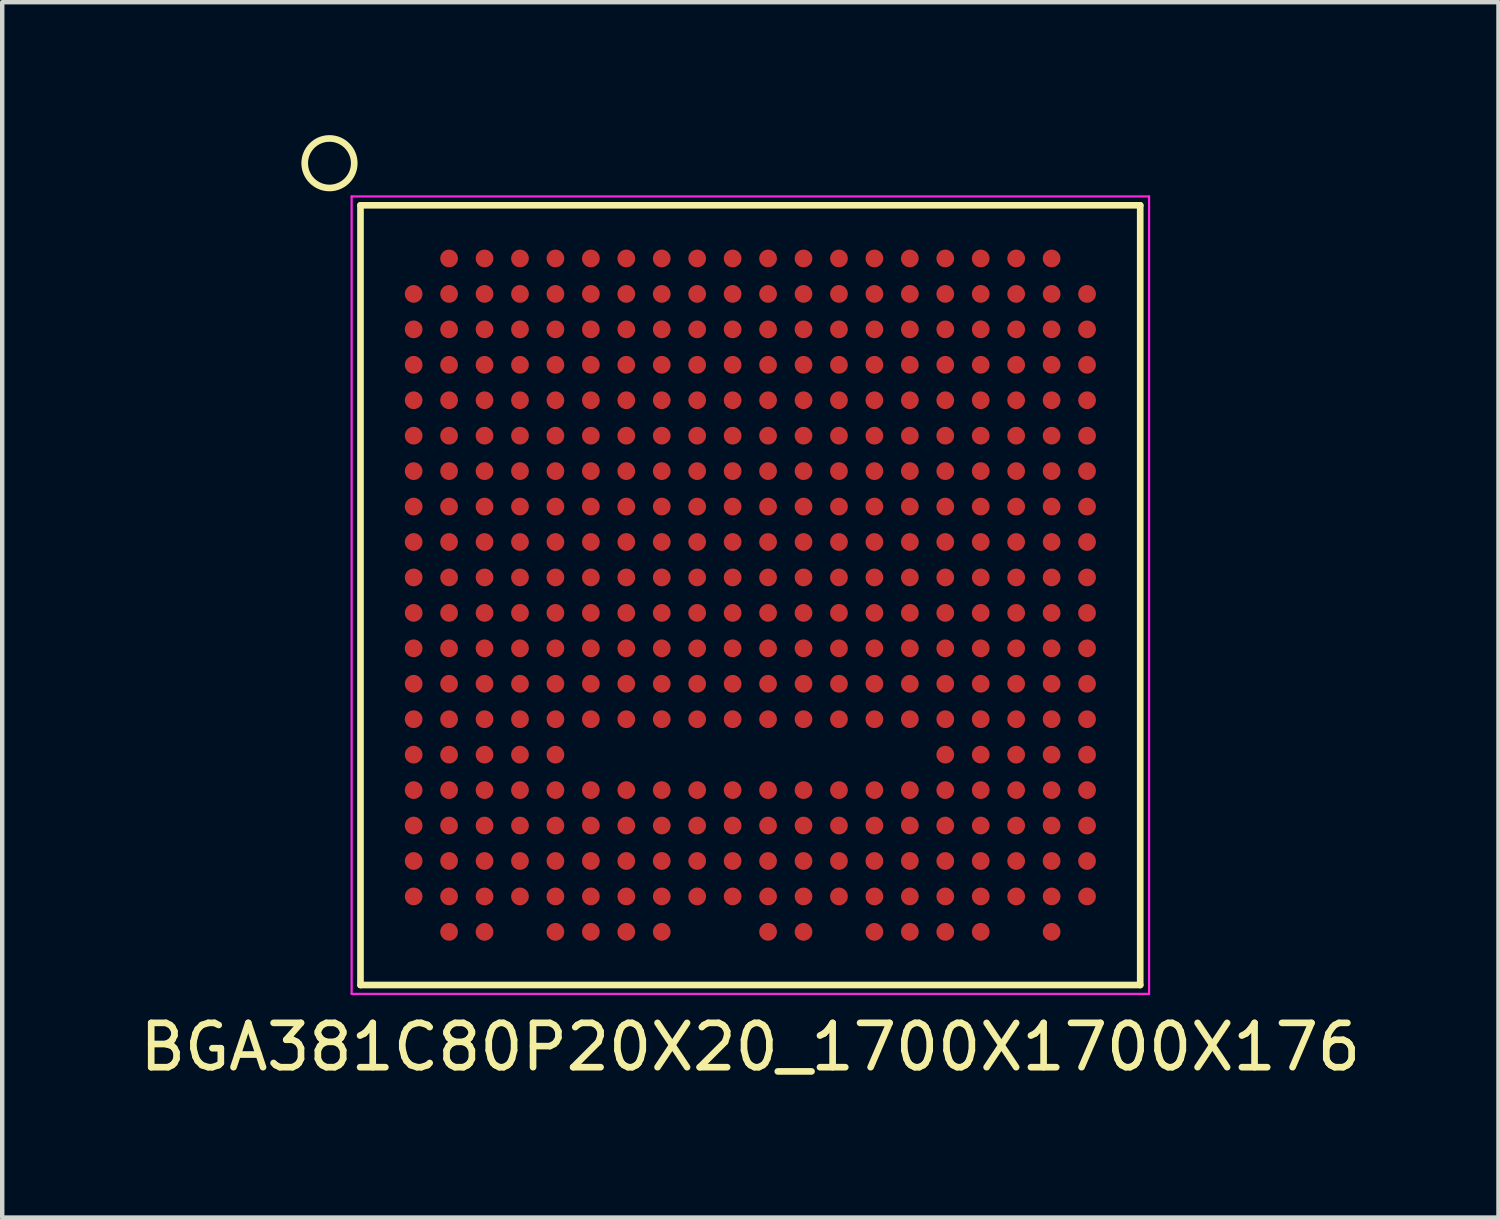
<source format=kicad_pcb>
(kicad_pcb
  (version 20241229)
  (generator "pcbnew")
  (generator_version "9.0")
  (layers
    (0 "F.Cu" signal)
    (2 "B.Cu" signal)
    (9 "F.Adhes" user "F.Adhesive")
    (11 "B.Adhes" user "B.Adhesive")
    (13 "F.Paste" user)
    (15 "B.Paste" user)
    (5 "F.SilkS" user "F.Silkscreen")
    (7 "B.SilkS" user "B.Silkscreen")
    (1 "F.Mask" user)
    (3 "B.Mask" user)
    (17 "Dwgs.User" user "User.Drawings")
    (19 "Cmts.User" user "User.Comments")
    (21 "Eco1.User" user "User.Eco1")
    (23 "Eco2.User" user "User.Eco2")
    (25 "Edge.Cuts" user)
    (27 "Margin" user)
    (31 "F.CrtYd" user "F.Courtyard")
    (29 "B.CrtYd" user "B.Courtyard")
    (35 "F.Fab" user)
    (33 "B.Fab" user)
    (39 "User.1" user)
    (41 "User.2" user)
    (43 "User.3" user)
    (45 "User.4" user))
  (footprint "BGA381C80P20X20_1700X1700X176"
    (layer "F.Cu")
    (at 13.887 10.384)
    (property "Reference" "BGA381C80P20X20_1700X1700X176" (at 0 10.2 0) (layer "F.SilkS") (effects (font (size 1 1) (thickness 0.15))))
    (attr smd)
    (fp_line (start -8.8 -8.8) (end 8.8 -8.8) (stroke (width 0.15) (type solid)) (layer "F.SilkS"))
    (fp_line (start -8.8 8.8) (end -8.8 -8.8) (stroke (width 0.15) (type solid)) (layer "F.SilkS"))
    (fp_line (start 8.8 -8.8) (end 8.8 8.8) (stroke (width 0.15) (type solid)) (layer "F.SilkS"))
    (fp_line (start 8.8 8.8) (end -8.8 8.8) (stroke (width 0.15) (type solid)) (layer "F.SilkS"))
    (fp_circle (center -9.5 -9.75) (end -10 -10) (stroke (width 0.15) (type solid)) (fill no) (layer "F.SilkS"))
    (fp_line (start -9 -9) (end -9 9) (stroke (width 0.05) (type solid)) (layer "F.CrtYd"))
    (fp_line (start -9 9) (end 9 9) (stroke (width 0.05) (type solid)) (layer "F.CrtYd"))
    (fp_line (start 9 -9) (end -9 -9) (stroke (width 0.05) (type solid)) (layer "F.CrtYd"))
    (fp_line (start 9 9) (end 9 -9) (stroke (width 0.05) (type solid)) (layer "F.CrtYd"))
    (pad "A2" smd circle (at -6.8 -7.6) (size 0.4 0.4) (layers "F.Cu" "F.Mask" "F.Paste"))
    (pad "A3" smd circle (at -6 -7.6) (size 0.4 0.4) (layers "F.Cu" "F.Mask" "F.Paste"))
    (pad "A4" smd circle (at -5.2 -7.6) (size 0.4 0.4) (layers "F.Cu" "F.Mask" "F.Paste"))
    (pad "A5" smd circle (at -4.4 -7.6) (size 0.4 0.4) (layers "F.Cu" "F.Mask" "F.Paste"))
    (pad "A6" smd circle (at -3.6 -7.6) (size 0.4 0.4) (layers "F.Cu" "F.Mask" "F.Paste"))
    (pad "A7" smd circle (at -2.8 -7.6) (size 0.4 0.4) (layers "F.Cu" "F.Mask" "F.Paste"))
    (pad "A8" smd circle (at -2 -7.6) (size 0.4 0.4) (layers "F.Cu" "F.Mask" "F.Paste"))
    (pad "A9" smd circle (at -1.2 -7.6) (size 0.4 0.4) (layers "F.Cu" "F.Mask" "F.Paste"))
    (pad "A10" smd circle (at -0.4 -7.6) (size 0.4 0.4) (layers "F.Cu" "F.Mask" "F.Paste"))
    (pad "A11" smd circle (at 0.4 -7.6) (size 0.4 0.4) (layers "F.Cu" "F.Mask" "F.Paste"))
    (pad "A12" smd circle (at 1.2 -7.6) (size 0.4 0.4) (layers "F.Cu" "F.Mask" "F.Paste"))
    (pad "A13" smd circle (at 2 -7.6) (size 0.4 0.4) (layers "F.Cu" "F.Mask" "F.Paste"))
    (pad "A14" smd circle (at 2.8 -7.6) (size 0.4 0.4) (layers "F.Cu" "F.Mask" "F.Paste"))
    (pad "A15" smd circle (at 3.6 -7.6) (size 0.4 0.4) (layers "F.Cu" "F.Mask" "F.Paste"))
    (pad "A16" smd circle (at 4.4 -7.6) (size 0.4 0.4) (layers "F.Cu" "F.Mask" "F.Paste"))
    (pad "A17" smd circle (at 5.2 -7.6) (size 0.4 0.4) (layers "F.Cu" "F.Mask" "F.Paste"))
    (pad "A18" smd circle (at 6 -7.6) (size 0.4 0.4) (layers "F.Cu" "F.Mask" "F.Paste"))
    (pad "A19" smd circle (at 6.8 -7.6) (size 0.4 0.4) (layers "F.Cu" "F.Mask" "F.Paste"))
    (pad "B1" smd circle (at -7.6 -6.8) (size 0.4 0.4) (layers "F.Cu" "F.Mask" "F.Paste"))
    (pad "B2" smd circle (at -6.8 -6.8) (size 0.4 0.4) (layers "F.Cu" "F.Mask" "F.Paste"))
    (pad "B3" smd circle (at -6 -6.8) (size 0.4 0.4) (layers "F.Cu" "F.Mask" "F.Paste"))
    (pad "B4" smd circle (at -5.2 -6.8) (size 0.4 0.4) (layers "F.Cu" "F.Mask" "F.Paste"))
    (pad "B5" smd circle (at -4.4 -6.8) (size 0.4 0.4) (layers "F.Cu" "F.Mask" "F.Paste"))
    (pad "B6" smd circle (at -3.6 -6.8) (size 0.4 0.4) (layers "F.Cu" "F.Mask" "F.Paste"))
    (pad "B7" smd circle (at -2.8 -6.8) (size 0.4 0.4) (layers "F.Cu" "F.Mask" "F.Paste"))
    (pad "B8" smd circle (at -2 -6.8) (size 0.4 0.4) (layers "F.Cu" "F.Mask" "F.Paste"))
    (pad "B9" smd circle (at -1.2 -6.8) (size 0.4 0.4) (layers "F.Cu" "F.Mask" "F.Paste"))
    (pad "B10" smd circle (at -0.4 -6.8) (size 0.4 0.4) (layers "F.Cu" "F.Mask" "F.Paste"))
    (pad "B11" smd circle (at 0.4 -6.8) (size 0.4 0.4) (layers "F.Cu" "F.Mask" "F.Paste"))
    (pad "B12" smd circle (at 1.2 -6.8) (size 0.4 0.4) (layers "F.Cu" "F.Mask" "F.Paste"))
    (pad "B13" smd circle (at 2 -6.8) (size 0.4 0.4) (layers "F.Cu" "F.Mask" "F.Paste"))
    (pad "B14" smd circle (at 2.8 -6.8) (size 0.4 0.4) (layers "F.Cu" "F.Mask" "F.Paste"))
    (pad "B15" smd circle (at 3.6 -6.8) (size 0.4 0.4) (layers "F.Cu" "F.Mask" "F.Paste"))
    (pad "B16" smd circle (at 4.4 -6.8) (size 0.4 0.4) (layers "F.Cu" "F.Mask" "F.Paste"))
    (pad "B17" smd circle (at 5.2 -6.8) (size 0.4 0.4) (layers "F.Cu" "F.Mask" "F.Paste"))
    (pad "B18" smd circle (at 6 -6.8) (size 0.4 0.4) (layers "F.Cu" "F.Mask" "F.Paste"))
    (pad "B19" smd circle (at 6.8 -6.8) (size 0.4 0.4) (layers "F.Cu" "F.Mask" "F.Paste"))
    (pad "B20" smd circle (at 7.6 -6.8) (size 0.4 0.4) (layers "F.Cu" "F.Mask" "F.Paste"))
    (pad "C1" smd circle (at -7.6 -6) (size 0.4 0.4) (layers "F.Cu" "F.Mask" "F.Paste"))
    (pad "C2" smd circle (at -6.8 -6) (size 0.4 0.4) (layers "F.Cu" "F.Mask" "F.Paste"))
    (pad "C3" smd circle (at -6 -6) (size 0.4 0.4) (layers "F.Cu" "F.Mask" "F.Paste"))
    (pad "C4" smd circle (at -5.2 -6) (size 0.4 0.4) (layers "F.Cu" "F.Mask" "F.Paste"))
    (pad "C5" smd circle (at -4.4 -6) (size 0.4 0.4) (layers "F.Cu" "F.Mask" "F.Paste"))
    (pad "C6" smd circle (at -3.6 -6) (size 0.4 0.4) (layers "F.Cu" "F.Mask" "F.Paste"))
    (pad "C7" smd circle (at -2.8 -6) (size 0.4 0.4) (layers "F.Cu" "F.Mask" "F.Paste"))
    (pad "C8" smd circle (at -2 -6) (size 0.4 0.4) (layers "F.Cu" "F.Mask" "F.Paste"))
    (pad "C9" smd circle (at -1.2 -6) (size 0.4 0.4) (layers "F.Cu" "F.Mask" "F.Paste"))
    (pad "C10" smd circle (at -0.4 -6) (size 0.4 0.4) (layers "F.Cu" "F.Mask" "F.Paste"))
    (pad "C11" smd circle (at 0.4 -6) (size 0.4 0.4) (layers "F.Cu" "F.Mask" "F.Paste"))
    (pad "C12" smd circle (at 1.2 -6) (size 0.4 0.4) (layers "F.Cu" "F.Mask" "F.Paste"))
    (pad "C13" smd circle (at 2 -6) (size 0.4 0.4) (layers "F.Cu" "F.Mask" "F.Paste"))
    (pad "C14" smd circle (at 2.8 -6) (size 0.4 0.4) (layers "F.Cu" "F.Mask" "F.Paste"))
    (pad "C15" smd circle (at 3.6 -6) (size 0.4 0.4) (layers "F.Cu" "F.Mask" "F.Paste"))
    (pad "C16" smd circle (at 4.4 -6) (size 0.4 0.4) (layers "F.Cu" "F.Mask" "F.Paste"))
    (pad "C17" smd circle (at 5.2 -6) (size 0.4 0.4) (layers "F.Cu" "F.Mask" "F.Paste"))
    (pad "C18" smd circle (at 6 -6) (size 0.4 0.4) (layers "F.Cu" "F.Mask" "F.Paste"))
    (pad "C19" smd circle (at 6.8 -6) (size 0.4 0.4) (layers "F.Cu" "F.Mask" "F.Paste"))
    (pad "C20" smd circle (at 7.6 -6) (size 0.4 0.4) (layers "F.Cu" "F.Mask" "F.Paste"))
    (pad "D1" smd circle (at -7.6 -5.2) (size 0.4 0.4) (layers "F.Cu" "F.Mask" "F.Paste"))
    (pad "D2" smd circle (at -6.8 -5.2) (size 0.4 0.4) (layers "F.Cu" "F.Mask" "F.Paste"))
    (pad "D3" smd circle (at -6 -5.2) (size 0.4 0.4) (layers "F.Cu" "F.Mask" "F.Paste"))
    (pad "D4" smd circle (at -5.2 -5.2) (size 0.4 0.4) (layers "F.Cu" "F.Mask" "F.Paste"))
    (pad "D5" smd circle (at -4.4 -5.2) (size 0.4 0.4) (layers "F.Cu" "F.Mask" "F.Paste"))
    (pad "D6" smd circle (at -3.6 -5.2) (size 0.4 0.4) (layers "F.Cu" "F.Mask" "F.Paste"))
    (pad "D7" smd circle (at -2.8 -5.2) (size 0.4 0.4) (layers "F.Cu" "F.Mask" "F.Paste"))
    (pad "D8" smd circle (at -2 -5.2) (size 0.4 0.4) (layers "F.Cu" "F.Mask" "F.Paste"))
    (pad "D9" smd circle (at -1.2 -5.2) (size 0.4 0.4) (layers "F.Cu" "F.Mask" "F.Paste"))
    (pad "D10" smd circle (at -0.4 -5.2) (size 0.4 0.4) (layers "F.Cu" "F.Mask" "F.Paste"))
    (pad "D11" smd circle (at 0.4 -5.2) (size 0.4 0.4) (layers "F.Cu" "F.Mask" "F.Paste"))
    (pad "D12" smd circle (at 1.2 -5.2) (size 0.4 0.4) (layers "F.Cu" "F.Mask" "F.Paste"))
    (pad "D13" smd circle (at 2 -5.2) (size 0.4 0.4) (layers "F.Cu" "F.Mask" "F.Paste"))
    (pad "D14" smd circle (at 2.8 -5.2) (size 0.4 0.4) (layers "F.Cu" "F.Mask" "F.Paste"))
    (pad "D15" smd circle (at 3.6 -5.2) (size 0.4 0.4) (layers "F.Cu" "F.Mask" "F.Paste"))
    (pad "D16" smd circle (at 4.4 -5.2) (size 0.4 0.4) (layers "F.Cu" "F.Mask" "F.Paste"))
    (pad "D17" smd circle (at 5.2 -5.2) (size 0.4 0.4) (layers "F.Cu" "F.Mask" "F.Paste"))
    (pad "D18" smd circle (at 6 -5.2) (size 0.4 0.4) (layers "F.Cu" "F.Mask" "F.Paste"))
    (pad "D19" smd circle (at 6.8 -5.2) (size 0.4 0.4) (layers "F.Cu" "F.Mask" "F.Paste"))
    (pad "D20" smd circle (at 7.6 -5.2) (size 0.4 0.4) (layers "F.Cu" "F.Mask" "F.Paste"))
    (pad "E1" smd circle (at -7.6 -4.4) (size 0.4 0.4) (layers "F.Cu" "F.Mask" "F.Paste"))
    (pad "E2" smd circle (at -6.8 -4.4) (size 0.4 0.4) (layers "F.Cu" "F.Mask" "F.Paste"))
    (pad "E3" smd circle (at -6 -4.4) (size 0.4 0.4) (layers "F.Cu" "F.Mask" "F.Paste"))
    (pad "E4" smd circle (at -5.2 -4.4) (size 0.4 0.4) (layers "F.Cu" "F.Mask" "F.Paste"))
    (pad "E5" smd circle (at -4.4 -4.4) (size 0.4 0.4) (layers "F.Cu" "F.Mask" "F.Paste"))
    (pad "E6" smd circle (at -3.6 -4.4) (size 0.4 0.4) (layers "F.Cu" "F.Mask" "F.Paste"))
    (pad "E7" smd circle (at -2.8 -4.4) (size 0.4 0.4) (layers "F.Cu" "F.Mask" "F.Paste"))
    (pad "E8" smd circle (at -2 -4.4) (size 0.4 0.4) (layers "F.Cu" "F.Mask" "F.Paste"))
    (pad "E9" smd circle (at -1.2 -4.4) (size 0.4 0.4) (layers "F.Cu" "F.Mask" "F.Paste"))
    (pad "E10" smd circle (at -0.4 -4.4) (size 0.4 0.4) (layers "F.Cu" "F.Mask" "F.Paste"))
    (pad "E11" smd circle (at 0.4 -4.4) (size 0.4 0.4) (layers "F.Cu" "F.Mask" "F.Paste"))
    (pad "E12" smd circle (at 1.2 -4.4) (size 0.4 0.4) (layers "F.Cu" "F.Mask" "F.Paste"))
    (pad "E13" smd circle (at 2 -4.4) (size 0.4 0.4) (layers "F.Cu" "F.Mask" "F.Paste"))
    (pad "E14" smd circle (at 2.8 -4.4) (size 0.4 0.4) (layers "F.Cu" "F.Mask" "F.Paste"))
    (pad "E15" smd circle (at 3.6 -4.4) (size 0.4 0.4) (layers "F.Cu" "F.Mask" "F.Paste"))
    (pad "E16" smd circle (at 4.4 -4.4) (size 0.4 0.4) (layers "F.Cu" "F.Mask" "F.Paste"))
    (pad "E17" smd circle (at 5.2 -4.4) (size 0.4 0.4) (layers "F.Cu" "F.Mask" "F.Paste"))
    (pad "E18" smd circle (at 6 -4.4) (size 0.4 0.4) (layers "F.Cu" "F.Mask" "F.Paste"))
    (pad "E19" smd circle (at 6.8 -4.4) (size 0.4 0.4) (layers "F.Cu" "F.Mask" "F.Paste"))
    (pad "E20" smd circle (at 7.6 -4.4) (size 0.4 0.4) (layers "F.Cu" "F.Mask" "F.Paste"))
    (pad "F1" smd circle (at -7.6 -3.6) (size 0.4 0.4) (layers "F.Cu" "F.Mask" "F.Paste"))
    (pad "F2" smd circle (at -6.8 -3.6) (size 0.4 0.4) (layers "F.Cu" "F.Mask" "F.Paste"))
    (pad "F3" smd circle (at -6 -3.6) (size 0.4 0.4) (layers "F.Cu" "F.Mask" "F.Paste"))
    (pad "F4" smd circle (at -5.2 -3.6) (size 0.4 0.4) (layers "F.Cu" "F.Mask" "F.Paste"))
    (pad "F5" smd circle (at -4.4 -3.6) (size 0.4 0.4) (layers "F.Cu" "F.Mask" "F.Paste"))
    (pad "F6" smd circle (at -3.6 -3.6) (size 0.4 0.4) (layers "F.Cu" "F.Mask" "F.Paste"))
    (pad "F7" smd circle (at -2.8 -3.6) (size 0.4 0.4) (layers "F.Cu" "F.Mask" "F.Paste"))
    (pad "F8" smd circle (at -2 -3.6) (size 0.4 0.4) (layers "F.Cu" "F.Mask" "F.Paste"))
    (pad "F9" smd circle (at -1.2 -3.6) (size 0.4 0.4) (layers "F.Cu" "F.Mask" "F.Paste"))
    (pad "F10" smd circle (at -0.4 -3.6) (size 0.4 0.4) (layers "F.Cu" "F.Mask" "F.Paste"))
    (pad "F11" smd circle (at 0.4 -3.6) (size 0.4 0.4) (layers "F.Cu" "F.Mask" "F.Paste"))
    (pad "F12" smd circle (at 1.2 -3.6) (size 0.4 0.4) (layers "F.Cu" "F.Mask" "F.Paste"))
    (pad "F13" smd circle (at 2 -3.6) (size 0.4 0.4) (layers "F.Cu" "F.Mask" "F.Paste"))
    (pad "F14" smd circle (at 2.8 -3.6) (size 0.4 0.4) (layers "F.Cu" "F.Mask" "F.Paste"))
    (pad "F15" smd circle (at 3.6 -3.6) (size 0.4 0.4) (layers "F.Cu" "F.Mask" "F.Paste"))
    (pad "F16" smd circle (at 4.4 -3.6) (size 0.4 0.4) (layers "F.Cu" "F.Mask" "F.Paste"))
    (pad "F17" smd circle (at 5.2 -3.6) (size 0.4 0.4) (layers "F.Cu" "F.Mask" "F.Paste"))
    (pad "F18" smd circle (at 6 -3.6) (size 0.4 0.4) (layers "F.Cu" "F.Mask" "F.Paste"))
    (pad "F19" smd circle (at 6.8 -3.6) (size 0.4 0.4) (layers "F.Cu" "F.Mask" "F.Paste"))
    (pad "F20" smd circle (at 7.6 -3.6) (size 0.4 0.4) (layers "F.Cu" "F.Mask" "F.Paste"))
    (pad "G1" smd circle (at -7.6 -2.8) (size 0.4 0.4) (layers "F.Cu" "F.Mask" "F.Paste"))
    (pad "G2" smd circle (at -6.8 -2.8) (size 0.4 0.4) (layers "F.Cu" "F.Mask" "F.Paste"))
    (pad "G3" smd circle (at -6 -2.8) (size 0.4 0.4) (layers "F.Cu" "F.Mask" "F.Paste"))
    (pad "G4" smd circle (at -5.2 -2.8) (size 0.4 0.4) (layers "F.Cu" "F.Mask" "F.Paste"))
    (pad "G5" smd circle (at -4.4 -2.8) (size 0.4 0.4) (layers "F.Cu" "F.Mask" "F.Paste"))
    (pad "G6" smd circle (at -3.6 -2.8) (size 0.4 0.4) (layers "F.Cu" "F.Mask" "F.Paste"))
    (pad "G7" smd circle (at -2.8 -2.8) (size 0.4 0.4) (layers "F.Cu" "F.Mask" "F.Paste"))
    (pad "G8" smd circle (at -2 -2.8) (size 0.4 0.4) (layers "F.Cu" "F.Mask" "F.Paste"))
    (pad "G9" smd circle (at -1.2 -2.8) (size 0.4 0.4) (layers "F.Cu" "F.Mask" "F.Paste"))
    (pad "G10" smd circle (at -0.4 -2.8) (size 0.4 0.4) (layers "F.Cu" "F.Mask" "F.Paste"))
    (pad "G11" smd circle (at 0.4 -2.8) (size 0.4 0.4) (layers "F.Cu" "F.Mask" "F.Paste"))
    (pad "G12" smd circle (at 1.2 -2.8) (size 0.4 0.4) (layers "F.Cu" "F.Mask" "F.Paste"))
    (pad "G13" smd circle (at 2 -2.8) (size 0.4 0.4) (layers "F.Cu" "F.Mask" "F.Paste"))
    (pad "G14" smd circle (at 2.8 -2.8) (size 0.4 0.4) (layers "F.Cu" "F.Mask" "F.Paste"))
    (pad "G15" smd circle (at 3.6 -2.8) (size 0.4 0.4) (layers "F.Cu" "F.Mask" "F.Paste"))
    (pad "G16" smd circle (at 4.4 -2.8) (size 0.4 0.4) (layers "F.Cu" "F.Mask" "F.Paste"))
    (pad "G17" smd circle (at 5.2 -2.8) (size 0.4 0.4) (layers "F.Cu" "F.Mask" "F.Paste"))
    (pad "G18" smd circle (at 6 -2.8) (size 0.4 0.4) (layers "F.Cu" "F.Mask" "F.Paste"))
    (pad "G19" smd circle (at 6.8 -2.8) (size 0.4 0.4) (layers "F.Cu" "F.Mask" "F.Paste"))
    (pad "G20" smd circle (at 7.6 -2.8) (size 0.4 0.4) (layers "F.Cu" "F.Mask" "F.Paste"))
    (pad "H1" smd circle (at -7.6 -2) (size 0.4 0.4) (layers "F.Cu" "F.Mask" "F.Paste"))
    (pad "H2" smd circle (at -6.8 -2) (size 0.4 0.4) (layers "F.Cu" "F.Mask" "F.Paste"))
    (pad "H3" smd circle (at -6 -2) (size 0.4 0.4) (layers "F.Cu" "F.Mask" "F.Paste"))
    (pad "H4" smd circle (at -5.2 -2) (size 0.4 0.4) (layers "F.Cu" "F.Mask" "F.Paste"))
    (pad "H5" smd circle (at -4.4 -2) (size 0.4 0.4) (layers "F.Cu" "F.Mask" "F.Paste"))
    (pad "H6" smd circle (at -3.6 -2) (size 0.4 0.4) (layers "F.Cu" "F.Mask" "F.Paste"))
    (pad "H7" smd circle (at -2.8 -2) (size 0.4 0.4) (layers "F.Cu" "F.Mask" "F.Paste"))
    (pad "H8" smd circle (at -2 -2) (size 0.4 0.4) (layers "F.Cu" "F.Mask" "F.Paste"))
    (pad "H9" smd circle (at -1.2 -2) (size 0.4 0.4) (layers "F.Cu" "F.Mask" "F.Paste"))
    (pad "H10" smd circle (at -0.4 -2) (size 0.4 0.4) (layers "F.Cu" "F.Mask" "F.Paste"))
    (pad "H11" smd circle (at 0.4 -2) (size 0.4 0.4) (layers "F.Cu" "F.Mask" "F.Paste"))
    (pad "H12" smd circle (at 1.2 -2) (size 0.4 0.4) (layers "F.Cu" "F.Mask" "F.Paste"))
    (pad "H13" smd circle (at 2 -2) (size 0.4 0.4) (layers "F.Cu" "F.Mask" "F.Paste"))
    (pad "H14" smd circle (at 2.8 -2) (size 0.4 0.4) (layers "F.Cu" "F.Mask" "F.Paste"))
    (pad "H15" smd circle (at 3.6 -2) (size 0.4 0.4) (layers "F.Cu" "F.Mask" "F.Paste"))
    (pad "H16" smd circle (at 4.4 -2) (size 0.4 0.4) (layers "F.Cu" "F.Mask" "F.Paste"))
    (pad "H17" smd circle (at 5.2 -2) (size 0.4 0.4) (layers "F.Cu" "F.Mask" "F.Paste"))
    (pad "H18" smd circle (at 6 -2) (size 0.4 0.4) (layers "F.Cu" "F.Mask" "F.Paste"))
    (pad "H19" smd circle (at 6.8 -2) (size 0.4 0.4) (layers "F.Cu" "F.Mask" "F.Paste"))
    (pad "H20" smd circle (at 7.6 -2) (size 0.4 0.4) (layers "F.Cu" "F.Mask" "F.Paste"))
    (pad "J1" smd circle (at -7.6 -1.2) (size 0.4 0.4) (layers "F.Cu" "F.Mask" "F.Paste"))
    (pad "J2" smd circle (at -6.8 -1.2) (size 0.4 0.4) (layers "F.Cu" "F.Mask" "F.Paste"))
    (pad "J3" smd circle (at -6 -1.2) (size 0.4 0.4) (layers "F.Cu" "F.Mask" "F.Paste"))
    (pad "J4" smd circle (at -5.2 -1.2) (size 0.4 0.4) (layers "F.Cu" "F.Mask" "F.Paste"))
    (pad "J5" smd circle (at -4.4 -1.2) (size 0.4 0.4) (layers "F.Cu" "F.Mask" "F.Paste"))
    (pad "J6" smd circle (at -3.6 -1.2) (size 0.4 0.4) (layers "F.Cu" "F.Mask" "F.Paste"))
    (pad "J7" smd circle (at -2.8 -1.2) (size 0.4 0.4) (layers "F.Cu" "F.Mask" "F.Paste"))
    (pad "J8" smd circle (at -2 -1.2) (size 0.4 0.4) (layers "F.Cu" "F.Mask" "F.Paste"))
    (pad "J9" smd circle (at -1.2 -1.2) (size 0.4 0.4) (layers "F.Cu" "F.Mask" "F.Paste"))
    (pad "J10" smd circle (at -0.4 -1.2) (size 0.4 0.4) (layers "F.Cu" "F.Mask" "F.Paste"))
    (pad "J11" smd circle (at 0.4 -1.2) (size 0.4 0.4) (layers "F.Cu" "F.Mask" "F.Paste"))
    (pad "J12" smd circle (at 1.2 -1.2) (size 0.4 0.4) (layers "F.Cu" "F.Mask" "F.Paste"))
    (pad "J13" smd circle (at 2 -1.2) (size 0.4 0.4) (layers "F.Cu" "F.Mask" "F.Paste"))
    (pad "J14" smd circle (at 2.8 -1.2) (size 0.4 0.4) (layers "F.Cu" "F.Mask" "F.Paste"))
    (pad "J15" smd circle (at 3.6 -1.2) (size 0.4 0.4) (layers "F.Cu" "F.Mask" "F.Paste"))
    (pad "J16" smd circle (at 4.4 -1.2) (size 0.4 0.4) (layers "F.Cu" "F.Mask" "F.Paste"))
    (pad "J17" smd circle (at 5.2 -1.2) (size 0.4 0.4) (layers "F.Cu" "F.Mask" "F.Paste"))
    (pad "J18" smd circle (at 6 -1.2) (size 0.4 0.4) (layers "F.Cu" "F.Mask" "F.Paste"))
    (pad "J19" smd circle (at 6.8 -1.2) (size 0.4 0.4) (layers "F.Cu" "F.Mask" "F.Paste"))
    (pad "J20" smd circle (at 7.6 -1.2) (size 0.4 0.4) (layers "F.Cu" "F.Mask" "F.Paste"))
    (pad "K1" smd circle (at -7.6 -0.4) (size 0.4 0.4) (layers "F.Cu" "F.Mask" "F.Paste"))
    (pad "K2" smd circle (at -6.8 -0.4) (size 0.4 0.4) (layers "F.Cu" "F.Mask" "F.Paste"))
    (pad "K3" smd circle (at -6 -0.4) (size 0.4 0.4) (layers "F.Cu" "F.Mask" "F.Paste"))
    (pad "K4" smd circle (at -5.2 -0.4) (size 0.4 0.4) (layers "F.Cu" "F.Mask" "F.Paste"))
    (pad "K5" smd circle (at -4.4 -0.4) (size 0.4 0.4) (layers "F.Cu" "F.Mask" "F.Paste"))
    (pad "K6" smd circle (at -3.6 -0.4) (size 0.4 0.4) (layers "F.Cu" "F.Mask" "F.Paste"))
    (pad "K7" smd circle (at -2.8 -0.4) (size 0.4 0.4) (layers "F.Cu" "F.Mask" "F.Paste"))
    (pad "K8" smd circle (at -2 -0.4) (size 0.4 0.4) (layers "F.Cu" "F.Mask" "F.Paste"))
    (pad "K9" smd circle (at -1.2 -0.4) (size 0.4 0.4) (layers "F.Cu" "F.Mask" "F.Paste"))
    (pad "K10" smd circle (at -0.4 -0.4) (size 0.4 0.4) (layers "F.Cu" "F.Mask" "F.Paste"))
    (pad "K11" smd circle (at 0.4 -0.4) (size 0.4 0.4) (layers "F.Cu" "F.Mask" "F.Paste"))
    (pad "K12" smd circle (at 1.2 -0.4) (size 0.4 0.4) (layers "F.Cu" "F.Mask" "F.Paste"))
    (pad "K13" smd circle (at 2 -0.4) (size 0.4 0.4) (layers "F.Cu" "F.Mask" "F.Paste"))
    (pad "K14" smd circle (at 2.8 -0.4) (size 0.4 0.4) (layers "F.Cu" "F.Mask" "F.Paste"))
    (pad "K15" smd circle (at 3.6 -0.4) (size 0.4 0.4) (layers "F.Cu" "F.Mask" "F.Paste"))
    (pad "K16" smd circle (at 4.4 -0.4) (size 0.4 0.4) (layers "F.Cu" "F.Mask" "F.Paste"))
    (pad "K17" smd circle (at 5.2 -0.4) (size 0.4 0.4) (layers "F.Cu" "F.Mask" "F.Paste"))
    (pad "K18" smd circle (at 6 -0.4) (size 0.4 0.4) (layers "F.Cu" "F.Mask" "F.Paste"))
    (pad "K19" smd circle (at 6.8 -0.4) (size 0.4 0.4) (layers "F.Cu" "F.Mask" "F.Paste"))
    (pad "K20" smd circle (at 7.6 -0.4) (size 0.4 0.4) (layers "F.Cu" "F.Mask" "F.Paste"))
    (pad "L1" smd circle (at -7.6 0.4) (size 0.4 0.4) (layers "F.Cu" "F.Mask" "F.Paste"))
    (pad "L2" smd circle (at -6.8 0.4) (size 0.4 0.4) (layers "F.Cu" "F.Mask" "F.Paste"))
    (pad "L3" smd circle (at -6 0.4) (size 0.4 0.4) (layers "F.Cu" "F.Mask" "F.Paste"))
    (pad "L4" smd circle (at -5.2 0.4) (size 0.4 0.4) (layers "F.Cu" "F.Mask" "F.Paste"))
    (pad "L5" smd circle (at -4.4 0.4) (size 0.4 0.4) (layers "F.Cu" "F.Mask" "F.Paste"))
    (pad "L6" smd circle (at -3.6 0.4) (size 0.4 0.4) (layers "F.Cu" "F.Mask" "F.Paste"))
    (pad "L7" smd circle (at -2.8 0.4) (size 0.4 0.4) (layers "F.Cu" "F.Mask" "F.Paste"))
    (pad "L8" smd circle (at -2 0.4) (size 0.4 0.4) (layers "F.Cu" "F.Mask" "F.Paste"))
    (pad "L9" smd circle (at -1.2 0.4) (size 0.4 0.4) (layers "F.Cu" "F.Mask" "F.Paste"))
    (pad "L10" smd circle (at -0.4 0.4) (size 0.4 0.4) (layers "F.Cu" "F.Mask" "F.Paste"))
    (pad "L11" smd circle (at 0.4 0.4) (size 0.4 0.4) (layers "F.Cu" "F.Mask" "F.Paste"))
    (pad "L12" smd circle (at 1.2 0.4) (size 0.4 0.4) (layers "F.Cu" "F.Mask" "F.Paste"))
    (pad "L13" smd circle (at 2 0.4) (size 0.4 0.4) (layers "F.Cu" "F.Mask" "F.Paste"))
    (pad "L14" smd circle (at 2.8 0.4) (size 0.4 0.4) (layers "F.Cu" "F.Mask" "F.Paste"))
    (pad "L15" smd circle (at 3.6 0.4) (size 0.4 0.4) (layers "F.Cu" "F.Mask" "F.Paste"))
    (pad "L16" smd circle (at 4.4 0.4) (size 0.4 0.4) (layers "F.Cu" "F.Mask" "F.Paste"))
    (pad "L17" smd circle (at 5.2 0.4) (size 0.4 0.4) (layers "F.Cu" "F.Mask" "F.Paste"))
    (pad "L18" smd circle (at 6 0.4) (size 0.4 0.4) (layers "F.Cu" "F.Mask" "F.Paste"))
    (pad "L19" smd circle (at 6.8 0.4) (size 0.4 0.4) (layers "F.Cu" "F.Mask" "F.Paste"))
    (pad "L20" smd circle (at 7.6 0.4) (size 0.4 0.4) (layers "F.Cu" "F.Mask" "F.Paste"))
    (pad "M1" smd circle (at -7.6 1.2) (size 0.4 0.4) (layers "F.Cu" "F.Mask" "F.Paste"))
    (pad "M2" smd circle (at -6.8 1.2) (size 0.4 0.4) (layers "F.Cu" "F.Mask" "F.Paste"))
    (pad "M3" smd circle (at -6 1.2) (size 0.4 0.4) (layers "F.Cu" "F.Mask" "F.Paste"))
    (pad "M4" smd circle (at -5.2 1.2) (size 0.4 0.4) (layers "F.Cu" "F.Mask" "F.Paste"))
    (pad "M5" smd circle (at -4.4 1.2) (size 0.4 0.4) (layers "F.Cu" "F.Mask" "F.Paste"))
    (pad "M6" smd circle (at -3.6 1.2) (size 0.4 0.4) (layers "F.Cu" "F.Mask" "F.Paste"))
    (pad "M7" smd circle (at -2.8 1.2) (size 0.4 0.4) (layers "F.Cu" "F.Mask" "F.Paste"))
    (pad "M8" smd circle (at -2 1.2) (size 0.4 0.4) (layers "F.Cu" "F.Mask" "F.Paste"))
    (pad "M9" smd circle (at -1.2 1.2) (size 0.4 0.4) (layers "F.Cu" "F.Mask" "F.Paste"))
    (pad "M10" smd circle (at -0.4 1.2) (size 0.4 0.4) (layers "F.Cu" "F.Mask" "F.Paste"))
    (pad "M11" smd circle (at 0.4 1.2) (size 0.4 0.4) (layers "F.Cu" "F.Mask" "F.Paste"))
    (pad "M12" smd circle (at 1.2 1.2) (size 0.4 0.4) (layers "F.Cu" "F.Mask" "F.Paste"))
    (pad "M13" smd circle (at 2 1.2) (size 0.4 0.4) (layers "F.Cu" "F.Mask" "F.Paste"))
    (pad "M14" smd circle (at 2.8 1.2) (size 0.4 0.4) (layers "F.Cu" "F.Mask" "F.Paste"))
    (pad "M15" smd circle (at 3.6 1.2) (size 0.4 0.4) (layers "F.Cu" "F.Mask" "F.Paste"))
    (pad "M16" smd circle (at 4.4 1.2) (size 0.4 0.4) (layers "F.Cu" "F.Mask" "F.Paste"))
    (pad "M17" smd circle (at 5.2 1.2) (size 0.4 0.4) (layers "F.Cu" "F.Mask" "F.Paste"))
    (pad "M18" smd circle (at 6 1.2) (size 0.4 0.4) (layers "F.Cu" "F.Mask" "F.Paste"))
    (pad "M19" smd circle (at 6.8 1.2) (size 0.4 0.4) (layers "F.Cu" "F.Mask" "F.Paste"))
    (pad "M20" smd circle (at 7.6 1.2) (size 0.4 0.4) (layers "F.Cu" "F.Mask" "F.Paste"))
    (pad "N1" smd circle (at -7.6 2) (size 0.4 0.4) (layers "F.Cu" "F.Mask" "F.Paste"))
    (pad "N2" smd circle (at -6.8 2) (size 0.4 0.4) (layers "F.Cu" "F.Mask" "F.Paste"))
    (pad "N3" smd circle (at -6 2) (size 0.4 0.4) (layers "F.Cu" "F.Mask" "F.Paste"))
    (pad "N4" smd circle (at -5.2 2) (size 0.4 0.4) (layers "F.Cu" "F.Mask" "F.Paste"))
    (pad "N5" smd circle (at -4.4 2) (size 0.4 0.4) (layers "F.Cu" "F.Mask" "F.Paste"))
    (pad "N6" smd circle (at -3.6 2) (size 0.4 0.4) (layers "F.Cu" "F.Mask" "F.Paste"))
    (pad "N7" smd circle (at -2.8 2) (size 0.4 0.4) (layers "F.Cu" "F.Mask" "F.Paste"))
    (pad "N8" smd circle (at -2 2) (size 0.4 0.4) (layers "F.Cu" "F.Mask" "F.Paste"))
    (pad "N9" smd circle (at -1.2 2) (size 0.4 0.4) (layers "F.Cu" "F.Mask" "F.Paste"))
    (pad "N10" smd circle (at -0.4 2) (size 0.4 0.4) (layers "F.Cu" "F.Mask" "F.Paste"))
    (pad "N11" smd circle (at 0.4 2) (size 0.4 0.4) (layers "F.Cu" "F.Mask" "F.Paste"))
    (pad "N12" smd circle (at 1.2 2) (size 0.4 0.4) (layers "F.Cu" "F.Mask" "F.Paste"))
    (pad "N13" smd circle (at 2 2) (size 0.4 0.4) (layers "F.Cu" "F.Mask" "F.Paste"))
    (pad "N14" smd circle (at 2.8 2) (size 0.4 0.4) (layers "F.Cu" "F.Mask" "F.Paste"))
    (pad "N15" smd circle (at 3.6 2) (size 0.4 0.4) (layers "F.Cu" "F.Mask" "F.Paste"))
    (pad "N16" smd circle (at 4.4 2) (size 0.4 0.4) (layers "F.Cu" "F.Mask" "F.Paste"))
    (pad "N17" smd circle (at 5.2 2) (size 0.4 0.4) (layers "F.Cu" "F.Mask" "F.Paste"))
    (pad "N18" smd circle (at 6 2) (size 0.4 0.4) (layers "F.Cu" "F.Mask" "F.Paste"))
    (pad "N19" smd circle (at 6.8 2) (size 0.4 0.4) (layers "F.Cu" "F.Mask" "F.Paste"))
    (pad "N20" smd circle (at 7.6 2) (size 0.4 0.4) (layers "F.Cu" "F.Mask" "F.Paste"))
    (pad "P1" smd circle (at -7.6 2.8) (size 0.4 0.4) (layers "F.Cu" "F.Mask" "F.Paste"))
    (pad "P2" smd circle (at -6.8 2.8) (size 0.4 0.4) (layers "F.Cu" "F.Mask" "F.Paste"))
    (pad "P3" smd circle (at -6 2.8) (size 0.4 0.4) (layers "F.Cu" "F.Mask" "F.Paste"))
    (pad "P4" smd circle (at -5.2 2.8) (size 0.4 0.4) (layers "F.Cu" "F.Mask" "F.Paste"))
    (pad "P5" smd circle (at -4.4 2.8) (size 0.4 0.4) (layers "F.Cu" "F.Mask" "F.Paste"))
    (pad "P6" smd circle (at -3.6 2.8) (size 0.4 0.4) (layers "F.Cu" "F.Mask" "F.Paste"))
    (pad "P7" smd circle (at -2.8 2.8) (size 0.4 0.4) (layers "F.Cu" "F.Mask" "F.Paste"))
    (pad "P8" smd circle (at -2 2.8) (size 0.4 0.4) (layers "F.Cu" "F.Mask" "F.Paste"))
    (pad "P9" smd circle (at -1.2 2.8) (size 0.4 0.4) (layers "F.Cu" "F.Mask" "F.Paste"))
    (pad "P10" smd circle (at -0.4 2.8) (size 0.4 0.4) (layers "F.Cu" "F.Mask" "F.Paste"))
    (pad "P11" smd circle (at 0.4 2.8) (size 0.4 0.4) (layers "F.Cu" "F.Mask" "F.Paste"))
    (pad "P12" smd circle (at 1.2 2.8) (size 0.4 0.4) (layers "F.Cu" "F.Mask" "F.Paste"))
    (pad "P13" smd circle (at 2 2.8) (size 0.4 0.4) (layers "F.Cu" "F.Mask" "F.Paste"))
    (pad "P14" smd circle (at 2.8 2.8) (size 0.4 0.4) (layers "F.Cu" "F.Mask" "F.Paste"))
    (pad "P15" smd circle (at 3.6 2.8) (size 0.4 0.4) (layers "F.Cu" "F.Mask" "F.Paste"))
    (pad "P16" smd circle (at 4.4 2.8) (size 0.4 0.4) (layers "F.Cu" "F.Mask" "F.Paste"))
    (pad "P17" smd circle (at 5.2 2.8) (size 0.4 0.4) (layers "F.Cu" "F.Mask" "F.Paste"))
    (pad "P18" smd circle (at 6 2.8) (size 0.4 0.4) (layers "F.Cu" "F.Mask" "F.Paste"))
    (pad "P19" smd circle (at 6.8 2.8) (size 0.4 0.4) (layers "F.Cu" "F.Mask" "F.Paste"))
    (pad "P20" smd circle (at 7.6 2.8) (size 0.4 0.4) (layers "F.Cu" "F.Mask" "F.Paste"))
    (pad "R1" smd circle (at -7.6 3.6) (size 0.4 0.4) (layers "F.Cu" "F.Mask" "F.Paste"))
    (pad "R2" smd circle (at -6.8 3.6) (size 0.4 0.4) (layers "F.Cu" "F.Mask" "F.Paste"))
    (pad "R3" smd circle (at -6 3.6) (size 0.4 0.4) (layers "F.Cu" "F.Mask" "F.Paste"))
    (pad "R4" smd circle (at -5.2 3.6) (size 0.4 0.4) (layers "F.Cu" "F.Mask" "F.Paste"))
    (pad "R5" smd circle (at -4.4 3.6) (size 0.4 0.4) (layers "F.Cu" "F.Mask" "F.Paste"))
    (pad "R16" smd circle (at 4.4 3.6) (size 0.4 0.4) (layers "F.Cu" "F.Mask" "F.Paste"))
    (pad "R17" smd circle (at 5.2 3.6) (size 0.4 0.4) (layers "F.Cu" "F.Mask" "F.Paste"))
    (pad "R18" smd circle (at 6 3.6) (size 0.4 0.4) (layers "F.Cu" "F.Mask" "F.Paste"))
    (pad "R19" smd circle (at 6.8 3.6) (size 0.4 0.4) (layers "F.Cu" "F.Mask" "F.Paste"))
    (pad "R20" smd circle (at 7.6 3.6) (size 0.4 0.4) (layers "F.Cu" "F.Mask" "F.Paste"))
    (pad "T1" smd circle (at -7.6 4.4) (size 0.4 0.4) (layers "F.Cu" "F.Mask" "F.Paste"))
    (pad "T2" smd circle (at -6.8 4.4) (size 0.4 0.4) (layers "F.Cu" "F.Mask" "F.Paste"))
    (pad "T3" smd circle (at -6 4.4) (size 0.4 0.4) (layers "F.Cu" "F.Mask" "F.Paste"))
    (pad "T4" smd circle (at -5.2 4.4) (size 0.4 0.4) (layers "F.Cu" "F.Mask" "F.Paste"))
    (pad "T5" smd circle (at -4.4 4.4) (size 0.4 0.4) (layers "F.Cu" "F.Mask" "F.Paste"))
    (pad "T6" smd circle (at -3.6 4.4) (size 0.4 0.4) (layers "F.Cu" "F.Mask" "F.Paste"))
    (pad "T7" smd circle (at -2.8 4.4) (size 0.4 0.4) (layers "F.Cu" "F.Mask" "F.Paste"))
    (pad "T8" smd circle (at -2 4.4) (size 0.4 0.4) (layers "F.Cu" "F.Mask" "F.Paste"))
    (pad "T9" smd circle (at -1.2 4.4) (size 0.4 0.4) (layers "F.Cu" "F.Mask" "F.Paste"))
    (pad "T10" smd circle (at -0.4 4.4) (size 0.4 0.4) (layers "F.Cu" "F.Mask" "F.Paste"))
    (pad "T11" smd circle (at 0.4 4.4) (size 0.4 0.4) (layers "F.Cu" "F.Mask" "F.Paste"))
    (pad "T12" smd circle (at 1.2 4.4) (size 0.4 0.4) (layers "F.Cu" "F.Mask" "F.Paste"))
    (pad "T13" smd circle (at 2 4.4) (size 0.4 0.4) (layers "F.Cu" "F.Mask" "F.Paste"))
    (pad "T14" smd circle (at 2.8 4.4) (size 0.4 0.4) (layers "F.Cu" "F.Mask" "F.Paste"))
    (pad "T15" smd circle (at 3.6 4.4) (size 0.4 0.4) (layers "F.Cu" "F.Mask" "F.Paste"))
    (pad "T16" smd circle (at 4.4 4.4) (size 0.4 0.4) (layers "F.Cu" "F.Mask" "F.Paste"))
    (pad "T17" smd circle (at 5.2 4.4) (size 0.4 0.4) (layers "F.Cu" "F.Mask" "F.Paste"))
    (pad "T18" smd circle (at 6 4.4) (size 0.4 0.4) (layers "F.Cu" "F.Mask" "F.Paste"))
    (pad "T19" smd circle (at 6.8 4.4) (size 0.4 0.4) (layers "F.Cu" "F.Mask" "F.Paste"))
    (pad "T20" smd circle (at 7.6 4.4) (size 0.4 0.4) (layers "F.Cu" "F.Mask" "F.Paste"))
    (pad "U1" smd circle (at -7.6 5.2) (size 0.4 0.4) (layers "F.Cu" "F.Mask" "F.Paste"))
    (pad "U2" smd circle (at -6.8 5.2) (size 0.4 0.4) (layers "F.Cu" "F.Mask" "F.Paste"))
    (pad "U3" smd circle (at -6 5.2) (size 0.4 0.4) (layers "F.Cu" "F.Mask" "F.Paste"))
    (pad "U4" smd circle (at -5.2 5.2) (size 0.4 0.4) (layers "F.Cu" "F.Mask" "F.Paste"))
    (pad "U5" smd circle (at -4.4 5.2) (size 0.4 0.4) (layers "F.Cu" "F.Mask" "F.Paste"))
    (pad "U6" smd circle (at -3.6 5.2) (size 0.4 0.4) (layers "F.Cu" "F.Mask" "F.Paste"))
    (pad "U7" smd circle (at -2.8 5.2) (size 0.4 0.4) (layers "F.Cu" "F.Mask" "F.Paste"))
    (pad "U8" smd circle (at -2 5.2) (size 0.4 0.4) (layers "F.Cu" "F.Mask" "F.Paste"))
    (pad "U9" smd circle (at -1.2 5.2) (size 0.4 0.4) (layers "F.Cu" "F.Mask" "F.Paste"))
    (pad "U10" smd circle (at -0.4 5.2) (size 0.4 0.4) (layers "F.Cu" "F.Mask" "F.Paste"))
    (pad "U11" smd circle (at 0.4 5.2) (size 0.4 0.4) (layers "F.Cu" "F.Mask" "F.Paste"))
    (pad "U12" smd circle (at 1.2 5.2) (size 0.4 0.4) (layers "F.Cu" "F.Mask" "F.Paste"))
    (pad "U13" smd circle (at 2 5.2) (size 0.4 0.4) (layers "F.Cu" "F.Mask" "F.Paste"))
    (pad "U14" smd circle (at 2.8 5.2) (size 0.4 0.4) (layers "F.Cu" "F.Mask" "F.Paste"))
    (pad "U15" smd circle (at 3.6 5.2) (size 0.4 0.4) (layers "F.Cu" "F.Mask" "F.Paste"))
    (pad "U16" smd circle (at 4.4 5.2) (size 0.4 0.4) (layers "F.Cu" "F.Mask" "F.Paste"))
    (pad "U17" smd circle (at 5.2 5.2) (size 0.4 0.4) (layers "F.Cu" "F.Mask" "F.Paste"))
    (pad "U18" smd circle (at 6 5.2) (size 0.4 0.4) (layers "F.Cu" "F.Mask" "F.Paste"))
    (pad "U19" smd circle (at 6.8 5.2) (size 0.4 0.4) (layers "F.Cu" "F.Mask" "F.Paste"))
    (pad "U20" smd circle (at 7.6 5.2) (size 0.4 0.4) (layers "F.Cu" "F.Mask" "F.Paste"))
    (pad "V1" smd circle (at -7.6 6) (size 0.4 0.4) (layers "F.Cu" "F.Mask" "F.Paste"))
    (pad "V2" smd circle (at -6.8 6) (size 0.4 0.4) (layers "F.Cu" "F.Mask" "F.Paste"))
    (pad "V3" smd circle (at -6 6) (size 0.4 0.4) (layers "F.Cu" "F.Mask" "F.Paste"))
    (pad "V4" smd circle (at -5.2 6) (size 0.4 0.4) (layers "F.Cu" "F.Mask" "F.Paste"))
    (pad "V5" smd circle (at -4.4 6) (size 0.4 0.4) (layers "F.Cu" "F.Mask" "F.Paste"))
    (pad "V6" smd circle (at -3.6 6) (size 0.4 0.4) (layers "F.Cu" "F.Mask" "F.Paste"))
    (pad "V7" smd circle (at -2.8 6) (size 0.4 0.4) (layers "F.Cu" "F.Mask" "F.Paste"))
    (pad "V8" smd circle (at -2 6) (size 0.4 0.4) (layers "F.Cu" "F.Mask" "F.Paste"))
    (pad "V9" smd circle (at -1.2 6) (size 0.4 0.4) (layers "F.Cu" "F.Mask" "F.Paste"))
    (pad "V10" smd circle (at -0.4 6) (size 0.4 0.4) (layers "F.Cu" "F.Mask" "F.Paste"))
    (pad "V11" smd circle (at 0.4 6) (size 0.4 0.4) (layers "F.Cu" "F.Mask" "F.Paste"))
    (pad "V12" smd circle (at 1.2 6) (size 0.4 0.4) (layers "F.Cu" "F.Mask" "F.Paste"))
    (pad "V13" smd circle (at 2 6) (size 0.4 0.4) (layers "F.Cu" "F.Mask" "F.Paste"))
    (pad "V14" smd circle (at 2.8 6) (size 0.4 0.4) (layers "F.Cu" "F.Mask" "F.Paste"))
    (pad "V15" smd circle (at 3.6 6) (size 0.4 0.4) (layers "F.Cu" "F.Mask" "F.Paste"))
    (pad "V16" smd circle (at 4.4 6) (size 0.4 0.4) (layers "F.Cu" "F.Mask" "F.Paste"))
    (pad "V17" smd circle (at 5.2 6) (size 0.4 0.4) (layers "F.Cu" "F.Mask" "F.Paste"))
    (pad "V18" smd circle (at 6 6) (size 0.4 0.4) (layers "F.Cu" "F.Mask" "F.Paste"))
    (pad "V19" smd circle (at 6.8 6) (size 0.4 0.4) (layers "F.Cu" "F.Mask" "F.Paste"))
    (pad "V20" smd circle (at 7.6 6) (size 0.4 0.4) (layers "F.Cu" "F.Mask" "F.Paste"))
    (pad "W1" smd circle (at -7.6 6.8) (size 0.4 0.4) (layers "F.Cu" "F.Mask" "F.Paste"))
    (pad "W2" smd circle (at -6.8 6.8) (size 0.4 0.4) (layers "F.Cu" "F.Mask" "F.Paste"))
    (pad "W3" smd circle (at -6 6.8) (size 0.4 0.4) (layers "F.Cu" "F.Mask" "F.Paste"))
    (pad "W4" smd circle (at -5.2 6.8) (size 0.4 0.4) (layers "F.Cu" "F.Mask" "F.Paste"))
    (pad "W5" smd circle (at -4.4 6.8) (size 0.4 0.4) (layers "F.Cu" "F.Mask" "F.Paste"))
    (pad "W6" smd circle (at -3.6 6.8) (size 0.4 0.4) (layers "F.Cu" "F.Mask" "F.Paste"))
    (pad "W7" smd circle (at -2.8 6.8) (size 0.4 0.4) (layers "F.Cu" "F.Mask" "F.Paste"))
    (pad "W8" smd circle (at -2 6.8) (size 0.4 0.4) (layers "F.Cu" "F.Mask" "F.Paste"))
    (pad "W9" smd circle (at -1.2 6.8) (size 0.4 0.4) (layers "F.Cu" "F.Mask" "F.Paste"))
    (pad "W10" smd circle (at -0.4 6.8) (size 0.4 0.4) (layers "F.Cu" "F.Mask" "F.Paste"))
    (pad "W11" smd circle (at 0.4 6.8) (size 0.4 0.4) (layers "F.Cu" "F.Mask" "F.Paste"))
    (pad "W12" smd circle (at 1.2 6.8) (size 0.4 0.4) (layers "F.Cu" "F.Mask" "F.Paste"))
    (pad "W13" smd circle (at 2 6.8) (size 0.4 0.4) (layers "F.Cu" "F.Mask" "F.Paste"))
    (pad "W14" smd circle (at 2.8 6.8) (size 0.4 0.4) (layers "F.Cu" "F.Mask" "F.Paste"))
    (pad "W15" smd circle (at 3.6 6.8) (size 0.4 0.4) (layers "F.Cu" "F.Mask" "F.Paste"))
    (pad "W16" smd circle (at 4.4 6.8) (size 0.4 0.4) (layers "F.Cu" "F.Mask" "F.Paste"))
    (pad "W17" smd circle (at 5.2 6.8) (size 0.4 0.4) (layers "F.Cu" "F.Mask" "F.Paste"))
    (pad "W18" smd circle (at 6 6.8) (size 0.4 0.4) (layers "F.Cu" "F.Mask" "F.Paste"))
    (pad "W19" smd circle (at 6.8 6.8) (size 0.4 0.4) (layers "F.Cu" "F.Mask" "F.Paste"))
    (pad "W20" smd circle (at 7.6 6.8) (size 0.4 0.4) (layers "F.Cu" "F.Mask" "F.Paste"))
    (pad "Y2" smd circle (at -6.8 7.6) (size 0.4 0.4) (layers "F.Cu" "F.Mask" "F.Paste"))
    (pad "Y3" smd circle (at -6 7.6) (size 0.4 0.4) (layers "F.Cu" "F.Mask" "F.Paste"))
    (pad "Y5" smd circle (at -4.4 7.6) (size 0.4 0.4) (layers "F.Cu" "F.Mask" "F.Paste"))
    (pad "Y6" smd circle (at -3.6 7.6) (size 0.4 0.4) (layers "F.Cu" "F.Mask" "F.Paste"))
    (pad "Y7" smd circle (at -2.8 7.6) (size 0.4 0.4) (layers "F.Cu" "F.Mask" "F.Paste"))
    (pad "Y8" smd circle (at -2 7.6) (size 0.4 0.4) (layers "F.Cu" "F.Mask" "F.Paste"))
    (pad "Y11" smd circle (at 0.4 7.6) (size 0.4 0.4) (layers "F.Cu" "F.Mask" "F.Paste"))
    (pad "Y12" smd circle (at 1.2 7.6) (size 0.4 0.4) (layers "F.Cu" "F.Mask" "F.Paste"))
    (pad "Y14" smd circle (at 2.8 7.6) (size 0.4 0.4) (layers "F.Cu" "F.Mask" "F.Paste"))
    (pad "Y15" smd circle (at 3.6 7.6) (size 0.4 0.4) (layers "F.Cu" "F.Mask" "F.Paste"))
    (pad "Y16" smd circle (at 4.4 7.6) (size 0.4 0.4) (layers "F.Cu" "F.Mask" "F.Paste"))
    (pad "Y17" smd circle (at 5.2 7.6) (size 0.4 0.4) (layers "F.Cu" "F.Mask" "F.Paste"))
    (pad "Y19" smd circle (at 6.8 7.6) (size 0.4 0.4) (layers "F.Cu" "F.Mask" "F.Paste")))
  (gr_rect
    (start -3 -3)
    (end 30.774 24.432)
    (stroke (width 0.1) (type default))
    (fill no)
    (layer "Edge.Cuts")))
</source>
